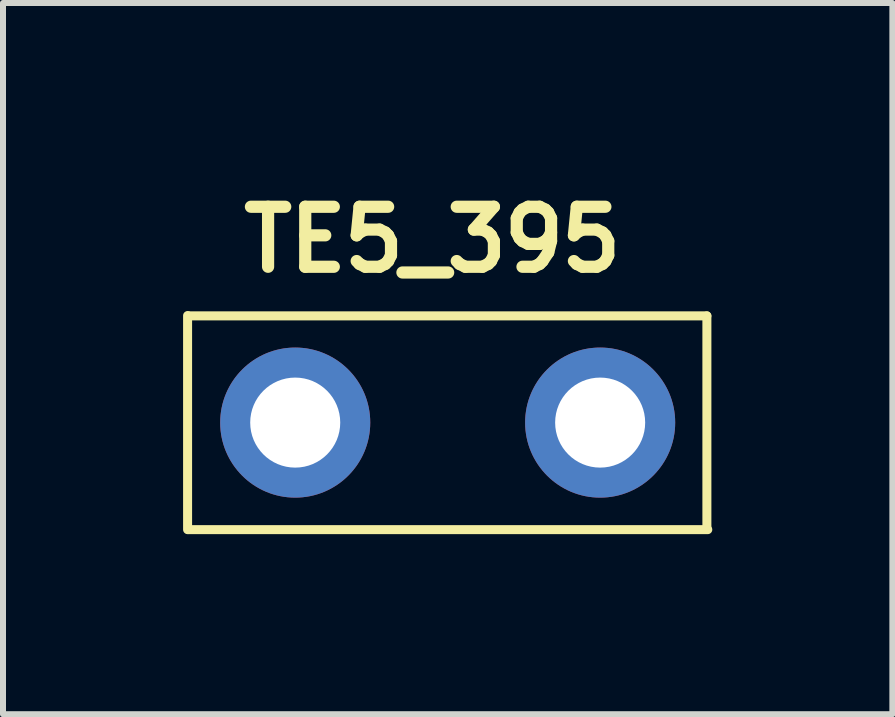
<source format=kicad_pcb>
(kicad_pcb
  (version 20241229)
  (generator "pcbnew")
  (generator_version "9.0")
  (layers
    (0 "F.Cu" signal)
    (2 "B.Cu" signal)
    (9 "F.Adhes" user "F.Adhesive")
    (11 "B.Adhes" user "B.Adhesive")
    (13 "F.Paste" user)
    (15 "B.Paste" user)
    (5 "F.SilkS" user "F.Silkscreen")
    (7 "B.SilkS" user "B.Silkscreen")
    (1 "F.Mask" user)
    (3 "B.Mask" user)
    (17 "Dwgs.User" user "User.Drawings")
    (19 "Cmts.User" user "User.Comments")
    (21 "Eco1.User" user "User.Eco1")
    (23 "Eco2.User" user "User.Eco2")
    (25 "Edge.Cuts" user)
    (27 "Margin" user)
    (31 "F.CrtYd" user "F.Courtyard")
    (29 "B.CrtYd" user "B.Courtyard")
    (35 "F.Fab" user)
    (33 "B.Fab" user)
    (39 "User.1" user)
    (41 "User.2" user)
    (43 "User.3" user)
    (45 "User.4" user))
  (footprint "TE5_395"
    (layer "F.Cu")
    (at 4.408 3.99)
    (property "Reference" "TE5_395" (at -0.254 -3.048 0) (layer "F.SilkS") (effects (font (size 1 1) (thickness 0.203))))
    (attr through_hole)
    (fp_line (start -4.333 1.783) (end -4.333 -1.783) (stroke (width 0.15) (type solid)) (layer "F.SilkS"))
    (fp_line (start 4.318 -1.778) (end -4.318 -1.778) (stroke (width 0.15) (type solid)) (layer "F.SilkS"))
    (fp_line (start 4.318 1.778) (end 4.318 -1.778) (stroke (width 0.15) (type solid)) (layer "F.SilkS"))
    (fp_line (start 4.333 1.783) (end -4.318 1.783) (stroke (width 0.15) (type solid)) (layer "F.SilkS"))
    (pad "1" thru_hole circle (at -2.54 0) (size 2.5 2.5) (drill 1.5) (layers "*.Cu" "*.Mask"))
    (pad "2" thru_hole circle (at 2.54 0) (size 2.5 2.5) (drill 1.5) (layers "*.Cu" "*.Mask")))
  (gr_rect
    (start -3 -3)
    (end 11.816 8.848)
    (stroke (width 0.1) (type default))
    (fill no)
    (layer "Edge.Cuts")))
</source>
